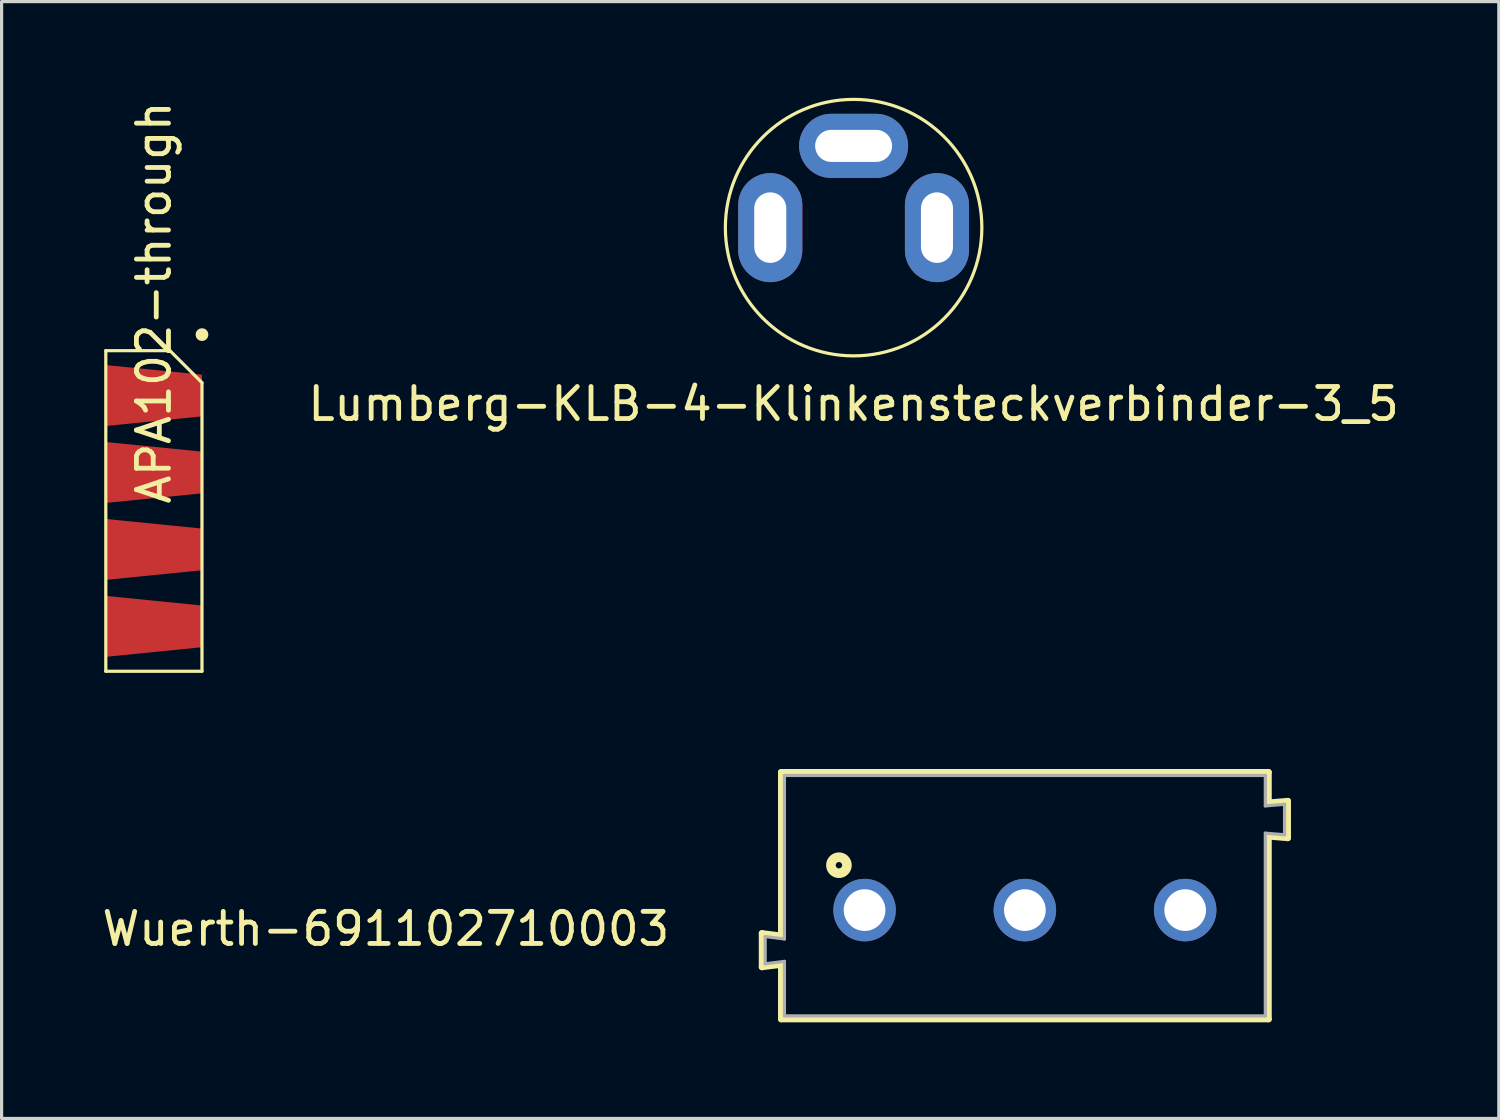
<source format=kicad_pcb>
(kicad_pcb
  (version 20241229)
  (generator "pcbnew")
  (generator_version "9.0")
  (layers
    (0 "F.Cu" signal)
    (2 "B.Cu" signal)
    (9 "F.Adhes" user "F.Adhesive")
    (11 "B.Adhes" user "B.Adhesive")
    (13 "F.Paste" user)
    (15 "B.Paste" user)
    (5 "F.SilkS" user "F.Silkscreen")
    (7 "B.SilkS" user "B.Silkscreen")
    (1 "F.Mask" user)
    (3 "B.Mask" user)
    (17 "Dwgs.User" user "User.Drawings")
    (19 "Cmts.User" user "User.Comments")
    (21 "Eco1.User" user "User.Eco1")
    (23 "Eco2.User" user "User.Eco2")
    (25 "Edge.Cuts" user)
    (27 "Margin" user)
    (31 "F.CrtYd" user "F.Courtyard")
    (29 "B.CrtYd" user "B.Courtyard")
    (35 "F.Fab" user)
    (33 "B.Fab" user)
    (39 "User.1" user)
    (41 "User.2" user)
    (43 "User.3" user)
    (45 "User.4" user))
  (footprint "Wuerth-691102710003"
    (layer "F.Cu")
    (at 28.917 25.337)
    (property "Reference" "Wuerth-691102710003" (at -11 0 0) (layer "F.SilkS") (effects (font (size 1 1) (thickness 0.15)) (justify right top)))
    (attr through_hole)
    (fp_line (start -8.2 0.725) (end -7.6 0.8) (stroke (width 0.2) (type solid)) (layer "F.SilkS"))
    (fp_line (start -8.2 1.775) (end -8.2 0.725) (stroke (width 0.2) (type solid)) (layer "F.SilkS"))
    (fp_line (start -7.6 -4.3) (end 7.6 -4.3) (stroke (width 0.2) (type solid)) (layer "F.SilkS"))
    (fp_line (start -7.6 0.8) (end -7.6 -4.3) (stroke (width 0.2) (type solid)) (layer "F.SilkS"))
    (fp_line (start -7.6 1.7) (end -8.2 1.775) (stroke (width 0.2) (type solid)) (layer "F.SilkS"))
    (fp_line (start -7.6 3.4) (end -7.6 1.7) (stroke (width 0.2) (type solid)) (layer "F.SilkS"))
    (fp_line (start 7.6 -4.3) (end 7.6 -3.35) (stroke (width 0.2) (type solid)) (layer "F.SilkS"))
    (fp_line (start 7.6 -3.35) (end 8.2 -3.4) (stroke (width 0.2) (type solid)) (layer "F.SilkS"))
    (fp_line (start 7.6 -2.3) (end 7.6 3.4) (stroke (width 0.2) (type solid)) (layer "F.SilkS"))
    (fp_line (start 7.6 3.4) (end -7.6 3.4) (stroke (width 0.2) (type solid)) (layer "F.SilkS"))
    (fp_line (start 8.2 -3.4) (end 8.2 -2.25) (stroke (width 0.2) (type solid)) (layer "F.SilkS"))
    (fp_line (start 8.2 -2.25) (end 7.6 -2.3) (stroke (width 0.2) (type solid)) (layer "F.SilkS"))
    (fp_circle (center -5.8 -1.4) (end -5.7 -1.4) (stroke (width 0.3) (type solid)) (fill no) (layer "F.SilkS"))
    (fp_line (start -8.1 0.825) (end -8.1 1.675) (stroke (width 0.1) (type solid)) (layer "F.Fab"))
    (fp_line (start -7.5 -4.2) (end -7.5 0.9) (stroke (width 0.1) (type solid)) (layer "F.Fab"))
    (fp_line (start -7.5 0.9) (end -8.1 0.825) (stroke (width 0.1) (type solid)) (layer "F.Fab"))
    (fp_line (start -7.5 1.6) (end -8.1 1.675) (stroke (width 0.1) (type solid)) (layer "F.Fab"))
    (fp_line (start -7.5 1.6) (end -7.5 3.3) (stroke (width 0.1) (type solid)) (layer "F.Fab"))
    (fp_line (start -7.5 3.3) (end 7.5 3.3) (stroke (width 0.1) (type solid)) (layer "F.Fab"))
    (fp_line (start 7.5 -4.2) (end -7.5 -4.2) (stroke (width 0.1) (type solid)) (layer "F.Fab"))
    (fp_line (start 7.5 -4.2) (end 7.5 -3.25) (stroke (width 0.1) (type solid)) (layer "F.Fab"))
    (fp_line (start 7.5 -3.25) (end 8.1 -3.3) (stroke (width 0.1) (type solid)) (layer "F.Fab"))
    (fp_line (start 7.5 -2.4) (end 7.5 3.3) (stroke (width 0.1) (type solid)) (layer "F.Fab"))
    (fp_line (start 7.5 -2.4) (end 8.1 -2.35) (stroke (width 0.1) (type solid)) (layer "F.Fab"))
    (fp_line (start 8.1 -2.35) (end 8.1 -3.3) (stroke (width 0.1) (type solid)) (layer "F.Fab"))
    (pad "1" thru_hole circle (at -5 0) (size 1.95 1.95) (drill 1.3) (layers "*.Cu" "*.Mask"))
    (pad "2" thru_hole circle (at 0 0) (size 1.95 1.95) (drill 1.3) (layers "*.Cu" "*.Mask"))
    (pad "3" thru_hole circle (at 5 0) (size 1.95 1.95) (drill 1.3) (layers "*.Cu" "*.Mask")))
  (footprint "APA102-through"
    (layer "F.Cu")
    (at 0.25 12.887)
    (property "Reference" "APA102-through" (at 1.5 -6.5 90) (layer "F.SilkS") (effects (font (size 1 1) (thickness 0.15))))
    (attr through_hole)
    (fp_line (start 0 -5) (end 0 5) (stroke (width 0.1) (type solid)) (layer "F.SilkS"))
    (fp_line (start 0 5) (end 3 5) (stroke (width 0.1) (type solid)) (layer "F.SilkS"))
    (fp_line (start 2 -5) (end 0 -5) (stroke (width 0.1) (type solid)) (layer "F.SilkS"))
    (fp_line (start 3 -4) (end 2 -5) (stroke (width 0.1) (type solid)) (layer "F.SilkS"))
    (fp_line (start 3 5) (end 3 -4) (stroke (width 0.1) (type solid)) (layer "F.SilkS"))
    (fp_circle (center 3 -5.5) (end 3.1 -5.5) (stroke (width 0.2) (type solid)) (fill no) (layer "F.SilkS"))
    (pad "1" smd trapezoid (at 1.5 -3.6) (size 3 1.6) (rect_delta 0.3 0) (layers "F.Cu" "F.Mask" "F.Paste"))
    (pad "2" smd trapezoid (at 1.5 -1.2) (size 3 1.6) (rect_delta 0.3 0) (layers "F.Cu" "F.Mask" "F.Paste"))
    (pad "3" smd trapezoid (at 1.5 1.2) (size 3 1.6) (rect_delta 0.3 0) (layers "F.Cu" "F.Mask" "F.Paste"))
    (pad "4" smd trapezoid (at 1.5 3.6) (size 3 1.6) (rect_delta 0.3 0) (layers "F.Cu" "F.Mask" "F.Paste")))
  (footprint "Lumberg-KLB-4-Klinkensteckverbinder-3_5"
    (layer "F.Cu")
    (at 23.575 4.05)
    (property "Reference" "Lumberg-KLB-4-Klinkensteckverbinder-3_5" (at 0 5.5 0) (layer "F.SilkS") (effects (font (size 1 1) (thickness 0.15))))
    (attr through_hole)
    (fp_circle (center 0 0) (end 4 0) (stroke (width 0.1) (type solid)) (fill no) (layer "F.SilkS"))
    (pad "1" thru_hole oval (at -2.6 0) (size 2 3.4) (drill oval 1 2.2) (layers "*.Cu" "*.Mask"))
    (pad "2" thru_hole oval (at 2.6 0) (size 2 3.4) (drill oval 1 2.2) (layers "*.Cu" "*.Mask"))
    (pad "3" thru_hole oval (at 0 -2.55 90) (size 2 3.4) (drill oval 1 2.4) (layers "*.Cu" "*.Mask")))
  (gr_rect
    (start -3 -3)
    (end 43.7 31.837)
    (stroke (width 0.1) (type default))
    (fill no)
    (layer "Edge.Cuts")))
</source>
